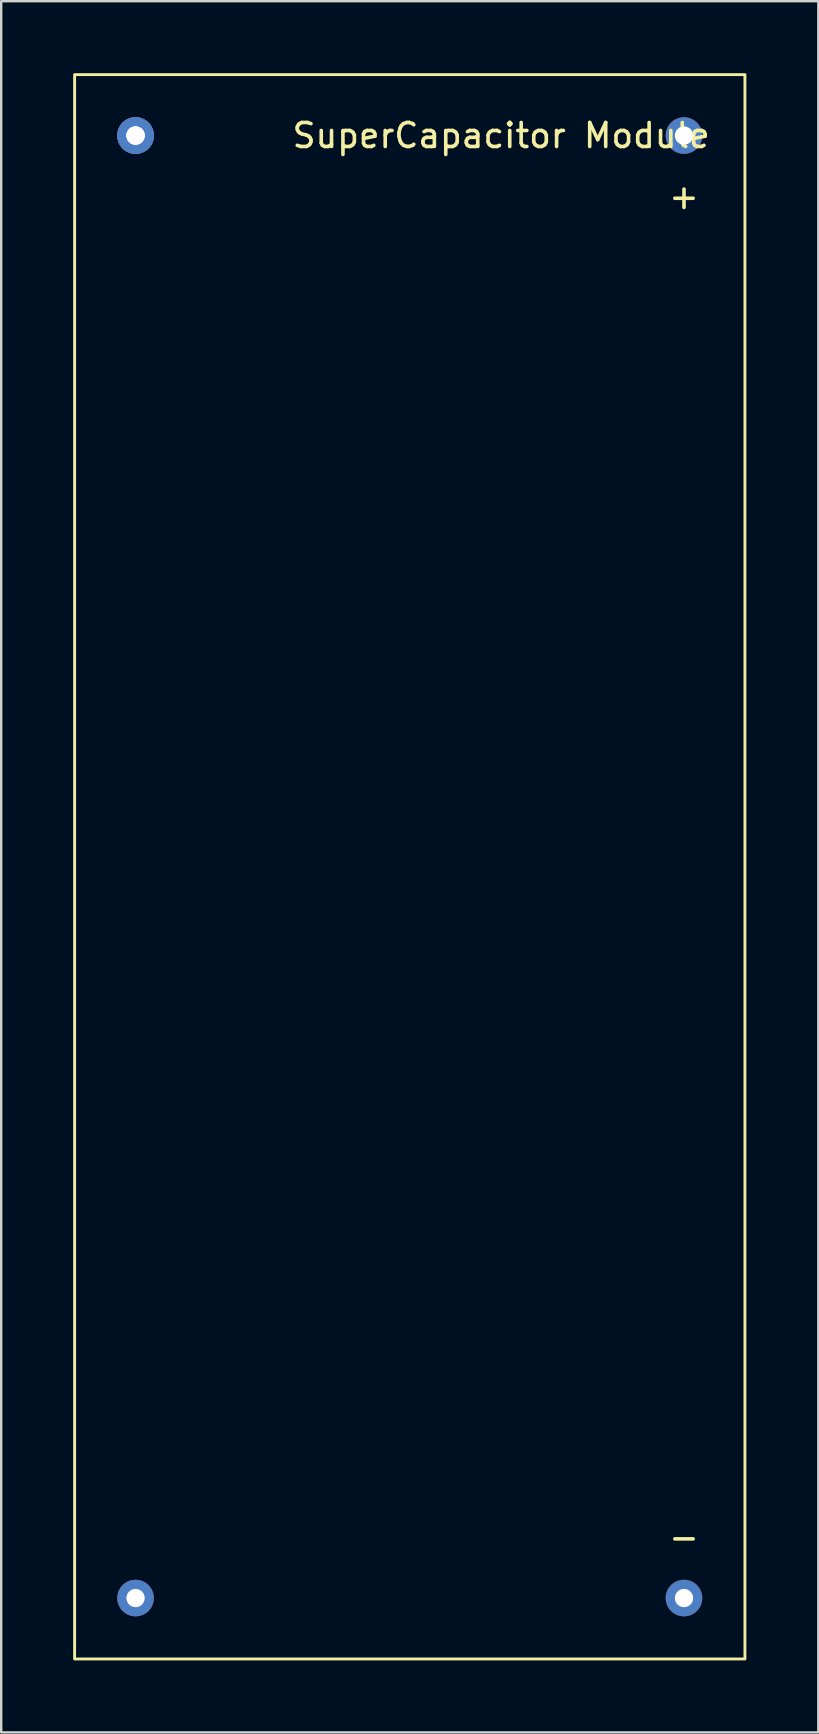
<source format=kicad_pcb>
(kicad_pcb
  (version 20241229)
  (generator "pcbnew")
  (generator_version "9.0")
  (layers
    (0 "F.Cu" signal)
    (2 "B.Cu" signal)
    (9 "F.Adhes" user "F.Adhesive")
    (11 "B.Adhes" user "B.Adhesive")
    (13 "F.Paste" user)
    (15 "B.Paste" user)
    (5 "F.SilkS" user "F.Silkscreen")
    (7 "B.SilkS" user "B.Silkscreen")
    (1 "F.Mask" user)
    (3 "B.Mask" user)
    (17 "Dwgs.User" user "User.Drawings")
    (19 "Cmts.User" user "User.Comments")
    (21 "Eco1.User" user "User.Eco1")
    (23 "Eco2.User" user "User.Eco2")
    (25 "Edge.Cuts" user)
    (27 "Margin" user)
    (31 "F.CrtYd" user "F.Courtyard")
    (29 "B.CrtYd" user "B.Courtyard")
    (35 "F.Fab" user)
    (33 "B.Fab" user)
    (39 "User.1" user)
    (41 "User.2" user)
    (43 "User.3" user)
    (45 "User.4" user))
  (footprint "SuperCapacitor Module"
    (layer "F.Cu")
    (at 15.3 20.38)
    (property "Reference" "SuperCapacitor Module" (at 2.54 -17.78 0) (unlocked yes) (layer "F.SilkS") (effects (font (size 1 1) (thickness 0.15))))
    (attr through_hole)
    (fp_rect (start -15.24 -20.32) (end 12.7 45.72) (stroke (width 0.12) (type solid)) (fill no) (layer "F.SilkS"))
    (fp_text user "+" (at 10.16 -15.24 0) (unlocked yes) (layer "F.SilkS") (effects (font (size 1 1) (thickness 0.15))))
    (fp_text user "-" (at 10.16 40.64 0) (unlocked yes) (layer "F.SilkS") (effects (font (size 1 1) (thickness 0.15))))
    (pad "1" thru_hole circle (at 10.16 -17.78) (size 1.524 1.524) (drill 0.762) (layers "*.Cu" "*.Mask"))
    (pad "2" thru_hole circle (at 10.16 43.18) (size 1.524 1.524) (drill 0.762) (layers "*.Cu" "*.Mask"))
    (pad "3" thru_hole circle (at -12.7 43.18) (size 1.524 1.524) (drill 0.762) (layers "*.Cu" "*.Mask"))
    (pad "4" thru_hole circle (at -12.7 -17.78) (size 1.524 1.524) (drill 0.762) (layers "*.Cu" "*.Mask"))
    (pad "5" thru_hole circle (at -12.7 -17.78) (size 1.524 1.524) (drill 0.762) (layers "*.Cu" "*.Mask"))
    (pad "6" thru_hole circle (at -12.7 -17.78) (size 1.524 1.524) (drill 0.762) (layers "*.Cu" "*.Mask")))
  (gr_rect
    (start -3 -3)
    (end 31.06 69.16)
    (stroke (width 0.1) (type default))
    (fill no)
    (layer "Edge.Cuts")))
</source>
